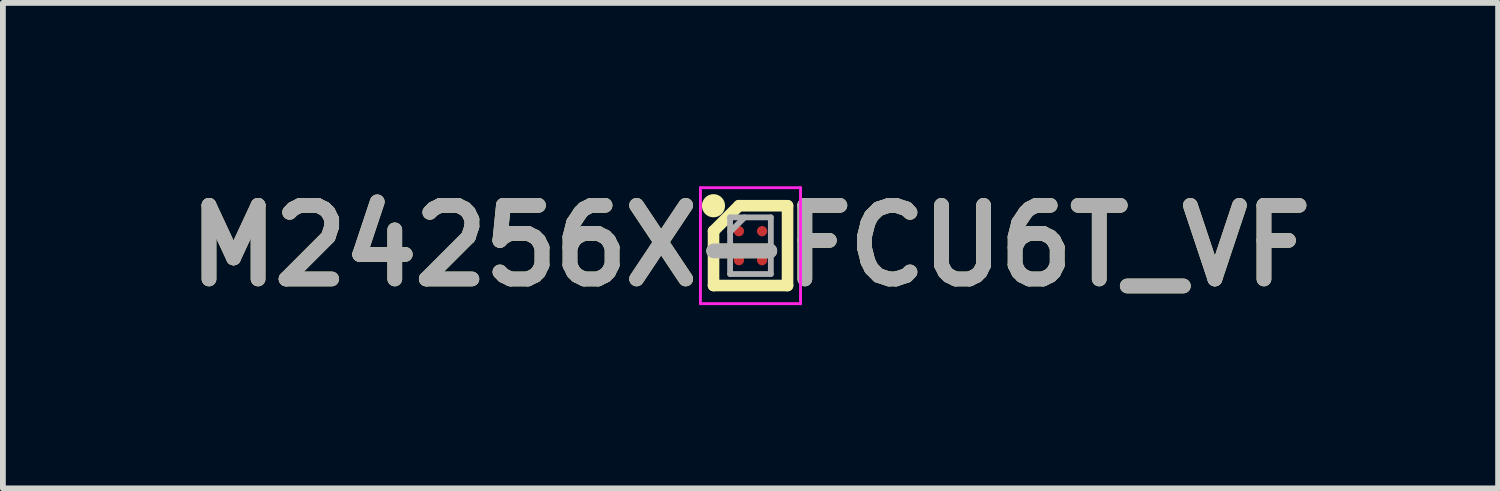
<source format=kicad_pcb>
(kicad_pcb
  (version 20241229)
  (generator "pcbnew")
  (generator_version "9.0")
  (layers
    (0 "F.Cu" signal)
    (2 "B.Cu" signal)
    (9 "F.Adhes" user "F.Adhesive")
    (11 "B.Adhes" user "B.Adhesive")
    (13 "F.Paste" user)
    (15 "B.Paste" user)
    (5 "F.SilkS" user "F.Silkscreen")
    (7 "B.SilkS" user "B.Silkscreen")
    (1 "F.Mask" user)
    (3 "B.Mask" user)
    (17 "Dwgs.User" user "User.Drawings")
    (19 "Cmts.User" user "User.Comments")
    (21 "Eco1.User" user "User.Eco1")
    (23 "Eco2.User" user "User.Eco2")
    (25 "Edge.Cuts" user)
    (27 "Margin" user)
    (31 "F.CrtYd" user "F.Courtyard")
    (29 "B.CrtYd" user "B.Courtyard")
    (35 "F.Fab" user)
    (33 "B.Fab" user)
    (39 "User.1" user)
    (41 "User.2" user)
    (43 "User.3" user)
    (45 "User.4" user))
  (footprint "M24256X-FCU6T_VF"
    (layer "F.Cu")
    (at 9.9 1.189)
    (property "Reference" "M24256X-FCU6T_VF" (at 0 0 0) (layer "F.SilkS") (effects (font (size 1.27 1.27) (thickness 0.254))))
    (attr smd)
    (fp_line (start -0.638 -0.251) (end -0.199 -0.69) (stroke (width 0.2) (type solid)) (layer "F.SilkS"))
    (fp_line (start -0.638 0.688) (end -0.638 -0.251) (stroke (width 0.2) (type solid)) (layer "F.SilkS"))
    (fp_line (start -0.2 -0.689) (end 0.639 -0.689) (stroke (width 0.2) (type solid)) (layer "F.SilkS"))
    (fp_line (start 0.639 -0.689) (end 0.639 0.688) (stroke (width 0.2) (type solid)) (layer "F.SilkS"))
    (fp_line (start 0.639 0.688) (end -0.638 0.688) (stroke (width 0.2) (type solid)) (layer "F.SilkS"))
    (fp_circle (center -0.639 -0.689) (end -0.639 -0.589) (stroke (width 0.2) (type solid)) (fill no) (layer "F.SilkS"))
    (fp_line (start -0.864 -1) (end 0.863 -1) (stroke (width 0.05) (type solid)) (layer "F.CrtYd"))
    (fp_line (start -0.864 1.001) (end -0.864 -1) (stroke (width 0.05) (type solid)) (layer "F.CrtYd"))
    (fp_line (start 0.863 -1) (end 0.863 1.001) (stroke (width 0.05) (type solid)) (layer "F.CrtYd"))
    (fp_line (start 0.863 1.001) (end -0.864 1.001) (stroke (width 0.05) (type solid)) (layer "F.CrtYd"))
    (fp_line (start -0.352 -0.488) (end 0.351 -0.488) (stroke (width 0.1) (type solid)) (layer "F.Fab"))
    (fp_line (start -0.352 -0.238) (end -0.102 -0.488) (stroke (width 0.1) (type solid)) (layer "F.Fab"))
    (fp_line (start -0.352 0.489) (end -0.352 -0.488) (stroke (width 0.1) (type solid)) (layer "F.Fab"))
    (fp_line (start 0.351 -0.488) (end 0.351 0.489) (stroke (width 0.1) (type solid)) (layer "F.Fab"))
    (fp_line (start 0.351 0.489) (end -0.352 0.489) (stroke (width 0.1) (type solid)) (layer "F.Fab"))
    (fp_text user "${REFERENCE}" (at 0 0 0) (layer "F.Fab") (effects (font (size 1.27 1.27) (thickness 0.254))))
    (pad "A1" smd circle (at -0.2 -0.25 90) (size 0.177 0.177) (layers "F.Cu" "F.Mask" "F.Paste"))
    (pad "A2" smd circle (at 0.2 -0.25 90) (size 0.177 0.177) (layers "F.Cu" "F.Mask" "F.Paste"))
    (pad "B1" smd circle (at -0.2 0.25 90) (size 0.177 0.177) (layers "F.Cu" "F.Mask" "F.Paste"))
    (pad "B2" smd circle (at 0.2 0.25 90) (size 0.177 0.177) (layers "F.Cu" "F.Mask" "F.Paste")))
  (gr_rect
    (start -3 -3)
    (end 22.8 5.377)
    (stroke (width 0.1) (type default))
    (fill no)
    (layer "Edge.Cuts")))
</source>
